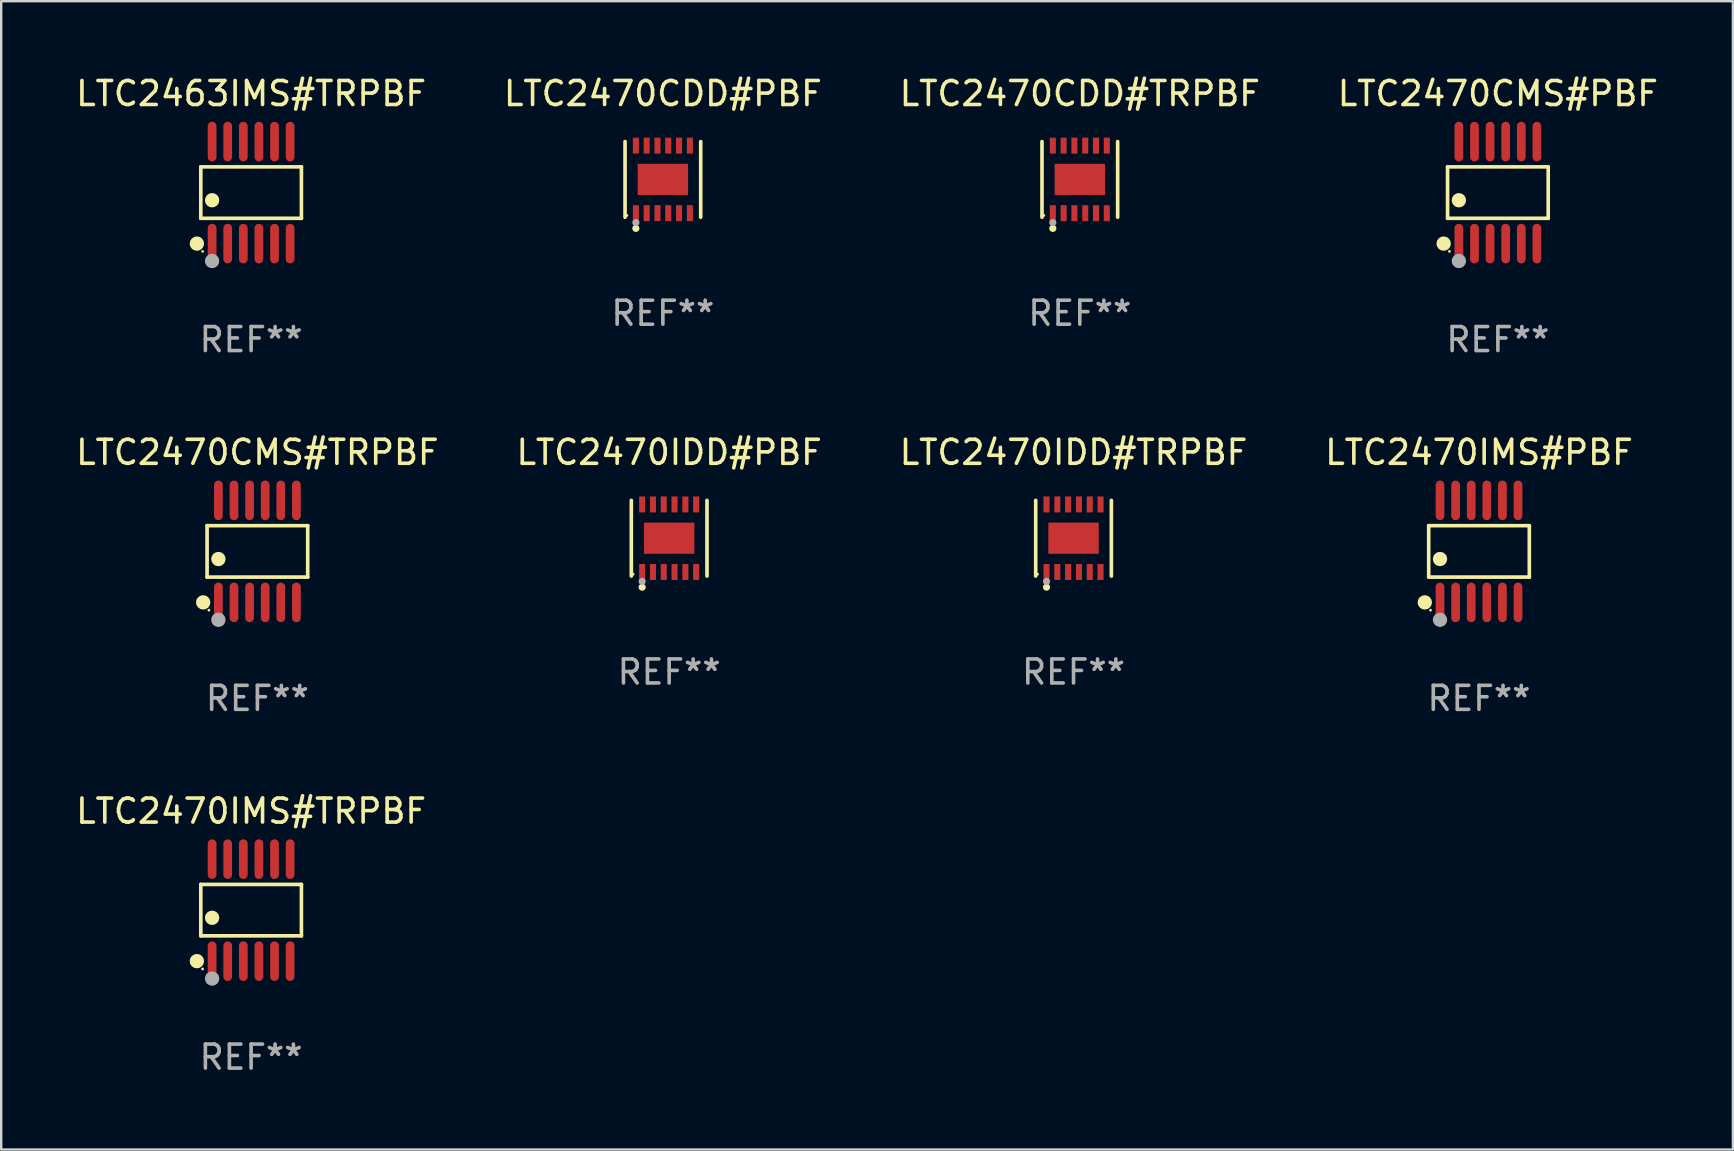
<source format=kicad_pcb>
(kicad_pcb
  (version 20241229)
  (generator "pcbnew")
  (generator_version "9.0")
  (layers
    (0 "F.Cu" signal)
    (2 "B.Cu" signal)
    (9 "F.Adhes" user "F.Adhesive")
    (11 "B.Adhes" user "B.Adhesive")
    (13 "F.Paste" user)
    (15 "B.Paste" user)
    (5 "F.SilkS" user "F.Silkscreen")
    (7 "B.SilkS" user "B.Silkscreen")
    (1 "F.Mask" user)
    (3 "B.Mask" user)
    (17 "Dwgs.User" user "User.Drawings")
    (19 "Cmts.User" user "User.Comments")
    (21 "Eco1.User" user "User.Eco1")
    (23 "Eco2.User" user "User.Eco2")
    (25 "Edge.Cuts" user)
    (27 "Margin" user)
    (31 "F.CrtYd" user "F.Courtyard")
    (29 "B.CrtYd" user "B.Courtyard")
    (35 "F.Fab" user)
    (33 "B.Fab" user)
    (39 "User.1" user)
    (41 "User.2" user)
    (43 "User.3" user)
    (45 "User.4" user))
  (footprint "LTC2470IMS#PBF"
    (layer "F.Cu")
    (at 58.565 19.92)
    (property "Reference" "LTC2470IMS#PBF" (at 0 -4.125 0) (layer "F.SilkS") (effects (font (size 1 1) (thickness 0.15))))
    (attr through_hole)
    (fp_line (start -2.096 -1.071) (end 2.096 -1.071) (stroke (width 0.152) (type solid)) (layer "F.SilkS"))
    (fp_line (start -2.096 1.071) (end -2.096 -1.071) (stroke (width 0.152) (type solid)) (layer "F.SilkS"))
    (fp_line (start 2.096 -1.071) (end 2.096 1.071) (stroke (width 0.152) (type solid)) (layer "F.SilkS"))
    (fp_line (start 2.096 1.071) (end -2.096 1.071) (stroke (width 0.152) (type solid)) (layer "F.SilkS"))
    (fp_circle (center -2.259 2.125) (end -2.109 2.125) (stroke (width 0.3) (type solid)) (fill no) (layer "F.SilkS"))
    (fp_circle (center -2.02 2.45) (end -1.99 2.45) (stroke (width 0.06) (type solid)) (fill no) (layer "F.SilkS"))
    (fp_circle (center -1.625 0.319) (end -1.475 0.319) (stroke (width 0.3) (type solid)) (fill no) (layer "F.SilkS"))
    (fp_circle (center -1.625 2.85) (end -1.475 2.85) (stroke (width 0.3) (type solid)) (fill no) (layer "F.Fab"))
    (fp_text user "REF**" (at 0 6.125 0) (layer "F.Fab") (effects (font (size 1 1) (thickness 0.15))))
    (pad "1" smd oval (at -1.625 2.125) (size 0.364 1.65) (layers "F.Cu" "F.Mask" "F.Paste"))
    (pad "2" smd oval (at -0.975 2.125) (size 0.364 1.65) (layers "F.Cu" "F.Mask" "F.Paste"))
    (pad "3" smd oval (at -0.325 2.125) (size 0.364 1.65) (layers "F.Cu" "F.Mask" "F.Paste"))
    (pad "4" smd oval (at 0.325 2.125) (size 0.364 1.65) (layers "F.Cu" "F.Mask" "F.Paste"))
    (pad "5" smd oval (at 0.975 2.125) (size 0.364 1.65) (layers "F.Cu" "F.Mask" "F.Paste"))
    (pad "6" smd oval (at 1.625 2.125) (size 0.364 1.65) (layers "F.Cu" "F.Mask" "F.Paste"))
    (pad "7" smd oval (at 1.625 -2.125) (size 0.364 1.65) (layers "F.Cu" "F.Mask" "F.Paste"))
    (pad "8" smd oval (at 0.975 -2.125) (size 0.364 1.65) (layers "F.Cu" "F.Mask" "F.Paste"))
    (pad "9" smd oval (at 0.325 -2.125) (size 0.364 1.65) (layers "F.Cu" "F.Mask" "F.Paste"))
    (pad "10" smd oval (at -0.325 -2.125) (size 0.364 1.65) (layers "F.Cu" "F.Mask" "F.Paste"))
    (pad "11" smd oval (at -0.975 -2.125) (size 0.364 1.65) (layers "F.Cu" "F.Mask" "F.Paste"))
    (pad "12" smd oval (at -1.625 -2.125) (size 0.364 1.65) (layers "F.Cu" "F.Mask" "F.Paste")))
  (footprint "LTC2470CDD#PBF"
    (layer "F.Cu")
    (at 24.565 4.424)
    (property "Reference" "LTC2470CDD#PBF" (at 0 -3.576 0) (layer "F.SilkS") (effects (font (size 1 1) (thickness 0.15))))
    (attr through_hole)
    (fp_line (start -1.576 1.576) (end -1.576 -1.576) (stroke (width 0.152) (type solid)) (layer "F.SilkS"))
    (fp_line (start 1.576 1.576) (end 1.576 -1.576) (stroke (width 0.152) (type solid)) (layer "F.SilkS"))
    (fp_circle (center -1.5 1.5) (end -1.47 1.5) (stroke (width 0.06) (type solid)) (fill no) (layer "F.SilkS"))
    (fp_circle (center -1.125 2.04) (end -1.05 2.04) (stroke (width 0.15) (type solid)) (fill no) (layer "F.SilkS"))
    (fp_circle (center -1.125 1.8) (end -1.05 1.8) (stroke (width 0.15) (type solid)) (fill no) (layer "F.Fab"))
    (fp_text user "REF**" (at 0 5.576 0) (layer "F.Fab") (effects (font (size 1 1) (thickness 0.15))))
    (pad "1" smd rect (at -1.125 1.407) (size 0.252 0.665) (layers "F.Cu" "F.Mask" "F.Paste"))
    (pad "2" smd rect (at -0.675 1.407) (size 0.252 0.665) (layers "F.Cu" "F.Mask" "F.Paste"))
    (pad "3" smd rect (at -0.225 1.407) (size 0.252 0.665) (layers "F.Cu" "F.Mask" "F.Paste"))
    (pad "4" smd rect (at 0.225 1.407) (size 0.252 0.665) (layers "F.Cu" "F.Mask" "F.Paste"))
    (pad "5" smd rect (at 0.675 1.407) (size 0.252 0.665) (layers "F.Cu" "F.Mask" "F.Paste"))
    (pad "6" smd rect (at 1.125 1.407) (size 0.252 0.665) (layers "F.Cu" "F.Mask" "F.Paste"))
    (pad "7" smd rect (at 1.125 -1.407) (size 0.252 0.665) (layers "F.Cu" "F.Mask" "F.Paste"))
    (pad "8" smd rect (at 0.675 -1.407) (size 0.252 0.665) (layers "F.Cu" "F.Mask" "F.Paste"))
    (pad "9" smd rect (at 0.225 -1.407) (size 0.252 0.665) (layers "F.Cu" "F.Mask" "F.Paste"))
    (pad "10" smd rect (at -0.225 -1.407) (size 0.252 0.665) (layers "F.Cu" "F.Mask" "F.Paste"))
    (pad "11" smd rect (at -0.675 -1.407) (size 0.252 0.665) (layers "F.Cu" "F.Mask" "F.Paste"))
    (pad "12" smd rect (at -1.125 -1.407) (size 0.252 0.665) (layers "F.Cu" "F.Mask" "F.Paste"))
    (pad "13" smd rect (at 0 0) (size 2.1 1.3) (layers "F.Cu" "F.Mask" "F.Paste")))
  (footprint "LTC2470IDD#TRPBF"
    (layer "F.Cu")
    (at 41.673 19.371)
    (property "Reference" "LTC2470IDD#TRPBF" (at 0 -3.576 0) (layer "F.SilkS") (effects (font (size 1 1) (thickness 0.15))))
    (attr through_hole)
    (fp_line (start -1.576 1.576) (end -1.576 -1.576) (stroke (width 0.152) (type solid)) (layer "F.SilkS"))
    (fp_line (start 1.576 1.576) (end 1.576 -1.576) (stroke (width 0.152) (type solid)) (layer "F.SilkS"))
    (fp_circle (center -1.5 1.5) (end -1.47 1.5) (stroke (width 0.06) (type solid)) (fill no) (layer "F.SilkS"))
    (fp_circle (center -1.125 2.04) (end -1.05 2.04) (stroke (width 0.15) (type solid)) (fill no) (layer "F.SilkS"))
    (fp_circle (center -1.125 1.8) (end -1.05 1.8) (stroke (width 0.15) (type solid)) (fill no) (layer "F.Fab"))
    (fp_text user "REF**" (at 0 5.576 0) (layer "F.Fab") (effects (font (size 1 1) (thickness 0.15))))
    (pad "1" smd rect (at -1.125 1.407) (size 0.252 0.665) (layers "F.Cu" "F.Mask" "F.Paste"))
    (pad "2" smd rect (at -0.675 1.407) (size 0.252 0.665) (layers "F.Cu" "F.Mask" "F.Paste"))
    (pad "3" smd rect (at -0.225 1.407) (size 0.252 0.665) (layers "F.Cu" "F.Mask" "F.Paste"))
    (pad "4" smd rect (at 0.225 1.407) (size 0.252 0.665) (layers "F.Cu" "F.Mask" "F.Paste"))
    (pad "5" smd rect (at 0.675 1.407) (size 0.252 0.665) (layers "F.Cu" "F.Mask" "F.Paste"))
    (pad "6" smd rect (at 1.125 1.407) (size 0.252 0.665) (layers "F.Cu" "F.Mask" "F.Paste"))
    (pad "7" smd rect (at 1.125 -1.407) (size 0.252 0.665) (layers "F.Cu" "F.Mask" "F.Paste"))
    (pad "8" smd rect (at 0.675 -1.407) (size 0.252 0.665) (layers "F.Cu" "F.Mask" "F.Paste"))
    (pad "9" smd rect (at 0.225 -1.407) (size 0.252 0.665) (layers "F.Cu" "F.Mask" "F.Paste"))
    (pad "10" smd rect (at -0.225 -1.407) (size 0.252 0.665) (layers "F.Cu" "F.Mask" "F.Paste"))
    (pad "11" smd rect (at -0.675 -1.407) (size 0.252 0.665) (layers "F.Cu" "F.Mask" "F.Paste"))
    (pad "12" smd rect (at -1.125 -1.407) (size 0.252 0.665) (layers "F.Cu" "F.Mask" "F.Paste"))
    (pad "13" smd rect (at 0 0) (size 2.1 1.3) (layers "F.Cu" "F.Mask" "F.Paste")))
  (footprint "LTC2463IMS#TRPBF"
    (layer "F.Cu")
    (at 7.411 4.973)
    (property "Reference" "LTC2463IMS#TRPBF" (at 0 -4.125 0) (layer "F.SilkS") (effects (font (size 1 1) (thickness 0.15))))
    (attr through_hole)
    (fp_line (start -2.096 -1.071) (end 2.096 -1.071) (stroke (width 0.152) (type solid)) (layer "F.SilkS"))
    (fp_line (start -2.096 1.071) (end -2.096 -1.071) (stroke (width 0.152) (type solid)) (layer "F.SilkS"))
    (fp_line (start 2.096 -1.071) (end 2.096 1.071) (stroke (width 0.152) (type solid)) (layer "F.SilkS"))
    (fp_line (start 2.096 1.071) (end -2.096 1.071) (stroke (width 0.152) (type solid)) (layer "F.SilkS"))
    (fp_circle (center -2.259 2.125) (end -2.109 2.125) (stroke (width 0.3) (type solid)) (fill no) (layer "F.SilkS"))
    (fp_circle (center -2.02 2.45) (end -1.99 2.45) (stroke (width 0.06) (type solid)) (fill no) (layer "F.SilkS"))
    (fp_circle (center -1.625 0.319) (end -1.475 0.319) (stroke (width 0.3) (type solid)) (fill no) (layer "F.SilkS"))
    (fp_circle (center -1.625 2.85) (end -1.475 2.85) (stroke (width 0.3) (type solid)) (fill no) (layer "F.Fab"))
    (fp_text user "REF**" (at 0 6.125 0) (layer "F.Fab") (effects (font (size 1 1) (thickness 0.15))))
    (pad "1" smd oval (at -1.625 2.125) (size 0.364 1.65) (layers "F.Cu" "F.Mask" "F.Paste"))
    (pad "2" smd oval (at -0.975 2.125) (size 0.364 1.65) (layers "F.Cu" "F.Mask" "F.Paste"))
    (pad "3" smd oval (at -0.325 2.125) (size 0.364 1.65) (layers "F.Cu" "F.Mask" "F.Paste"))
    (pad "4" smd oval (at 0.325 2.125) (size 0.364 1.65) (layers "F.Cu" "F.Mask" "F.Paste"))
    (pad "5" smd oval (at 0.975 2.125) (size 0.364 1.65) (layers "F.Cu" "F.Mask" "F.Paste"))
    (pad "6" smd oval (at 1.625 2.125) (size 0.364 1.65) (layers "F.Cu" "F.Mask" "F.Paste"))
    (pad "7" smd oval (at 1.625 -2.125) (size 0.364 1.65) (layers "F.Cu" "F.Mask" "F.Paste"))
    (pad "8" smd oval (at 0.975 -2.125) (size 0.364 1.65) (layers "F.Cu" "F.Mask" "F.Paste"))
    (pad "9" smd oval (at 0.325 -2.125) (size 0.364 1.65) (layers "F.Cu" "F.Mask" "F.Paste"))
    (pad "10" smd oval (at -0.325 -2.125) (size 0.364 1.65) (layers "F.Cu" "F.Mask" "F.Paste"))
    (pad "11" smd oval (at -0.975 -2.125) (size 0.364 1.65) (layers "F.Cu" "F.Mask" "F.Paste"))
    (pad "12" smd oval (at -1.625 -2.125) (size 0.364 1.65) (layers "F.Cu" "F.Mask" "F.Paste")))
  (footprint "LTC2470IDD#PBF"
    (layer "F.Cu")
    (at 24.827 19.371)
    (property "Reference" "LTC2470IDD#PBF" (at 0 -3.576 0) (layer "F.SilkS") (effects (font (size 1 1) (thickness 0.15))))
    (attr through_hole)
    (fp_line (start -1.576 1.576) (end -1.576 -1.576) (stroke (width 0.152) (type solid)) (layer "F.SilkS"))
    (fp_line (start 1.576 1.576) (end 1.576 -1.576) (stroke (width 0.152) (type solid)) (layer "F.SilkS"))
    (fp_circle (center -1.5 1.5) (end -1.47 1.5) (stroke (width 0.06) (type solid)) (fill no) (layer "F.SilkS"))
    (fp_circle (center -1.125 2.04) (end -1.05 2.04) (stroke (width 0.15) (type solid)) (fill no) (layer "F.SilkS"))
    (fp_circle (center -1.125 1.8) (end -1.05 1.8) (stroke (width 0.15) (type solid)) (fill no) (layer "F.Fab"))
    (fp_text user "REF**" (at 0 5.576 0) (layer "F.Fab") (effects (font (size 1 1) (thickness 0.15))))
    (pad "1" smd rect (at -1.125 1.407) (size 0.252 0.665) (layers "F.Cu" "F.Mask" "F.Paste"))
    (pad "2" smd rect (at -0.675 1.407) (size 0.252 0.665) (layers "F.Cu" "F.Mask" "F.Paste"))
    (pad "3" smd rect (at -0.225 1.407) (size 0.252 0.665) (layers "F.Cu" "F.Mask" "F.Paste"))
    (pad "4" smd rect (at 0.225 1.407) (size 0.252 0.665) (layers "F.Cu" "F.Mask" "F.Paste"))
    (pad "5" smd rect (at 0.675 1.407) (size 0.252 0.665) (layers "F.Cu" "F.Mask" "F.Paste"))
    (pad "6" smd rect (at 1.125 1.407) (size 0.252 0.665) (layers "F.Cu" "F.Mask" "F.Paste"))
    (pad "7" smd rect (at 1.125 -1.407) (size 0.252 0.665) (layers "F.Cu" "F.Mask" "F.Paste"))
    (pad "8" smd rect (at 0.675 -1.407) (size 0.252 0.665) (layers "F.Cu" "F.Mask" "F.Paste"))
    (pad "9" smd rect (at 0.225 -1.407) (size 0.252 0.665) (layers "F.Cu" "F.Mask" "F.Paste"))
    (pad "10" smd rect (at -0.225 -1.407) (size 0.252 0.665) (layers "F.Cu" "F.Mask" "F.Paste"))
    (pad "11" smd rect (at -0.675 -1.407) (size 0.252 0.665) (layers "F.Cu" "F.Mask" "F.Paste"))
    (pad "12" smd rect (at -1.125 -1.407) (size 0.252 0.665) (layers "F.Cu" "F.Mask" "F.Paste"))
    (pad "13" smd rect (at 0 0) (size 2.1 1.3) (layers "F.Cu" "F.Mask" "F.Paste")))
  (footprint "LTC2470CMS#TRPBF"
    (layer "F.Cu")
    (at 7.673 19.92)
    (property "Reference" "LTC2470CMS#TRPBF" (at 0 -4.125 0) (layer "F.SilkS") (effects (font (size 1 1) (thickness 0.15))))
    (attr through_hole)
    (fp_line (start -2.096 -1.071) (end 2.096 -1.071) (stroke (width 0.152) (type solid)) (layer "F.SilkS"))
    (fp_line (start -2.096 1.071) (end -2.096 -1.071) (stroke (width 0.152) (type solid)) (layer "F.SilkS"))
    (fp_line (start 2.096 -1.071) (end 2.096 1.071) (stroke (width 0.152) (type solid)) (layer "F.SilkS"))
    (fp_line (start 2.096 1.071) (end -2.096 1.071) (stroke (width 0.152) (type solid)) (layer "F.SilkS"))
    (fp_circle (center -2.259 2.125) (end -2.109 2.125) (stroke (width 0.3) (type solid)) (fill no) (layer "F.SilkS"))
    (fp_circle (center -2.02 2.45) (end -1.99 2.45) (stroke (width 0.06) (type solid)) (fill no) (layer "F.SilkS"))
    (fp_circle (center -1.625 0.319) (end -1.475 0.319) (stroke (width 0.3) (type solid)) (fill no) (layer "F.SilkS"))
    (fp_circle (center -1.625 2.85) (end -1.475 2.85) (stroke (width 0.3) (type solid)) (fill no) (layer "F.Fab"))
    (fp_text user "REF**" (at 0 6.125 0) (layer "F.Fab") (effects (font (size 1 1) (thickness 0.15))))
    (pad "1" smd oval (at -1.625 2.125) (size 0.364 1.65) (layers "F.Cu" "F.Mask" "F.Paste"))
    (pad "2" smd oval (at -0.975 2.125) (size 0.364 1.65) (layers "F.Cu" "F.Mask" "F.Paste"))
    (pad "3" smd oval (at -0.325 2.125) (size 0.364 1.65) (layers "F.Cu" "F.Mask" "F.Paste"))
    (pad "4" smd oval (at 0.325 2.125) (size 0.364 1.65) (layers "F.Cu" "F.Mask" "F.Paste"))
    (pad "5" smd oval (at 0.975 2.125) (size 0.364 1.65) (layers "F.Cu" "F.Mask" "F.Paste"))
    (pad "6" smd oval (at 1.625 2.125) (size 0.364 1.65) (layers "F.Cu" "F.Mask" "F.Paste"))
    (pad "7" smd oval (at 1.625 -2.125) (size 0.364 1.65) (layers "F.Cu" "F.Mask" "F.Paste"))
    (pad "8" smd oval (at 0.975 -2.125) (size 0.364 1.65) (layers "F.Cu" "F.Mask" "F.Paste"))
    (pad "9" smd oval (at 0.325 -2.125) (size 0.364 1.65) (layers "F.Cu" "F.Mask" "F.Paste"))
    (pad "10" smd oval (at -0.325 -2.125) (size 0.364 1.65) (layers "F.Cu" "F.Mask" "F.Paste"))
    (pad "11" smd oval (at -0.975 -2.125) (size 0.364 1.65) (layers "F.Cu" "F.Mask" "F.Paste"))
    (pad "12" smd oval (at -1.625 -2.125) (size 0.364 1.65) (layers "F.Cu" "F.Mask" "F.Paste")))
  (footprint "LTC2470IMS#TRPBF"
    (layer "F.Cu")
    (at 7.411 34.866)
    (property "Reference" "LTC2470IMS#TRPBF" (at 0 -4.125 0) (layer "F.SilkS") (effects (font (size 1 1) (thickness 0.15))))
    (attr through_hole)
    (fp_line (start -2.096 -1.071) (end 2.096 -1.071) (stroke (width 0.152) (type solid)) (layer "F.SilkS"))
    (fp_line (start -2.096 1.071) (end -2.096 -1.071) (stroke (width 0.152) (type solid)) (layer "F.SilkS"))
    (fp_line (start 2.096 -1.071) (end 2.096 1.071) (stroke (width 0.152) (type solid)) (layer "F.SilkS"))
    (fp_line (start 2.096 1.071) (end -2.096 1.071) (stroke (width 0.152) (type solid)) (layer "F.SilkS"))
    (fp_circle (center -2.259 2.125) (end -2.109 2.125) (stroke (width 0.3) (type solid)) (fill no) (layer "F.SilkS"))
    (fp_circle (center -2.02 2.45) (end -1.99 2.45) (stroke (width 0.06) (type solid)) (fill no) (layer "F.SilkS"))
    (fp_circle (center -1.625 0.319) (end -1.475 0.319) (stroke (width 0.3) (type solid)) (fill no) (layer "F.SilkS"))
    (fp_circle (center -1.625 2.85) (end -1.475 2.85) (stroke (width 0.3) (type solid)) (fill no) (layer "F.Fab"))
    (fp_text user "REF**" (at 0 6.125 0) (layer "F.Fab") (effects (font (size 1 1) (thickness 0.15))))
    (pad "1" smd oval (at -1.625 2.125) (size 0.364 1.65) (layers "F.Cu" "F.Mask" "F.Paste"))
    (pad "2" smd oval (at -0.975 2.125) (size 0.364 1.65) (layers "F.Cu" "F.Mask" "F.Paste"))
    (pad "3" smd oval (at -0.325 2.125) (size 0.364 1.65) (layers "F.Cu" "F.Mask" "F.Paste"))
    (pad "4" smd oval (at 0.325 2.125) (size 0.364 1.65) (layers "F.Cu" "F.Mask" "F.Paste"))
    (pad "5" smd oval (at 0.975 2.125) (size 0.364 1.65) (layers "F.Cu" "F.Mask" "F.Paste"))
    (pad "6" smd oval (at 1.625 2.125) (size 0.364 1.65) (layers "F.Cu" "F.Mask" "F.Paste"))
    (pad "7" smd oval (at 1.625 -2.125) (size 0.364 1.65) (layers "F.Cu" "F.Mask" "F.Paste"))
    (pad "8" smd oval (at 0.975 -2.125) (size 0.364 1.65) (layers "F.Cu" "F.Mask" "F.Paste"))
    (pad "9" smd oval (at 0.325 -2.125) (size 0.364 1.65) (layers "F.Cu" "F.Mask" "F.Paste"))
    (pad "10" smd oval (at -0.325 -2.125) (size 0.364 1.65) (layers "F.Cu" "F.Mask" "F.Paste"))
    (pad "11" smd oval (at -0.975 -2.125) (size 0.364 1.65) (layers "F.Cu" "F.Mask" "F.Paste"))
    (pad "12" smd oval (at -1.625 -2.125) (size 0.364 1.65) (layers "F.Cu" "F.Mask" "F.Paste")))
  (footprint "LTC2470CDD#TRPBF"
    (layer "F.Cu")
    (at 41.935 4.424)
    (property "Reference" "LTC2470CDD#TRPBF" (at 0 -3.576 0) (layer "F.SilkS") (effects (font (size 1 1) (thickness 0.15))))
    (attr through_hole)
    (fp_line (start -1.576 1.576) (end -1.576 -1.576) (stroke (width 0.152) (type solid)) (layer "F.SilkS"))
    (fp_line (start 1.576 1.576) (end 1.576 -1.576) (stroke (width 0.152) (type solid)) (layer "F.SilkS"))
    (fp_circle (center -1.5 1.5) (end -1.47 1.5) (stroke (width 0.06) (type solid)) (fill no) (layer "F.SilkS"))
    (fp_circle (center -1.125 2.04) (end -1.05 2.04) (stroke (width 0.15) (type solid)) (fill no) (layer "F.SilkS"))
    (fp_circle (center -1.125 1.8) (end -1.05 1.8) (stroke (width 0.15) (type solid)) (fill no) (layer "F.Fab"))
    (fp_text user "REF**" (at 0 5.576 0) (layer "F.Fab") (effects (font (size 1 1) (thickness 0.15))))
    (pad "1" smd rect (at -1.125 1.407) (size 0.252 0.665) (layers "F.Cu" "F.Mask" "F.Paste"))
    (pad "2" smd rect (at -0.675 1.407) (size 0.252 0.665) (layers "F.Cu" "F.Mask" "F.Paste"))
    (pad "3" smd rect (at -0.225 1.407) (size 0.252 0.665) (layers "F.Cu" "F.Mask" "F.Paste"))
    (pad "4" smd rect (at 0.225 1.407) (size 0.252 0.665) (layers "F.Cu" "F.Mask" "F.Paste"))
    (pad "5" smd rect (at 0.675 1.407) (size 0.252 0.665) (layers "F.Cu" "F.Mask" "F.Paste"))
    (pad "6" smd rect (at 1.125 1.407) (size 0.252 0.665) (layers "F.Cu" "F.Mask" "F.Paste"))
    (pad "7" smd rect (at 1.125 -1.407) (size 0.252 0.665) (layers "F.Cu" "F.Mask" "F.Paste"))
    (pad "8" smd rect (at 0.675 -1.407) (size 0.252 0.665) (layers "F.Cu" "F.Mask" "F.Paste"))
    (pad "9" smd rect (at 0.225 -1.407) (size 0.252 0.665) (layers "F.Cu" "F.Mask" "F.Paste"))
    (pad "10" smd rect (at -0.225 -1.407) (size 0.252 0.665) (layers "F.Cu" "F.Mask" "F.Paste"))
    (pad "11" smd rect (at -0.675 -1.407) (size 0.252 0.665) (layers "F.Cu" "F.Mask" "F.Paste"))
    (pad "12" smd rect (at -1.125 -1.407) (size 0.252 0.665) (layers "F.Cu" "F.Mask" "F.Paste"))
    (pad "13" smd rect (at 0 0) (size 2.1 1.3) (layers "F.Cu" "F.Mask" "F.Paste")))
  (footprint "LTC2470CMS#PBF"
    (layer "F.Cu")
    (at 59.351 4.973)
    (property "Reference" "LTC2470CMS#PBF" (at 0 -4.125 0) (layer "F.SilkS") (effects (font (size 1 1) (thickness 0.15))))
    (attr through_hole)
    (fp_line (start -2.096 -1.071) (end 2.096 -1.071) (stroke (width 0.152) (type solid)) (layer "F.SilkS"))
    (fp_line (start -2.096 1.071) (end -2.096 -1.071) (stroke (width 0.152) (type solid)) (layer "F.SilkS"))
    (fp_line (start 2.096 -1.071) (end 2.096 1.071) (stroke (width 0.152) (type solid)) (layer "F.SilkS"))
    (fp_line (start 2.096 1.071) (end -2.096 1.071) (stroke (width 0.152) (type solid)) (layer "F.SilkS"))
    (fp_circle (center -2.259 2.125) (end -2.109 2.125) (stroke (width 0.3) (type solid)) (fill no) (layer "F.SilkS"))
    (fp_circle (center -2.02 2.45) (end -1.99 2.45) (stroke (width 0.06) (type solid)) (fill no) (layer "F.SilkS"))
    (fp_circle (center -1.625 0.319) (end -1.475 0.319) (stroke (width 0.3) (type solid)) (fill no) (layer "F.SilkS"))
    (fp_circle (center -1.625 2.85) (end -1.475 2.85) (stroke (width 0.3) (type solid)) (fill no) (layer "F.Fab"))
    (fp_text user "REF**" (at 0 6.125 0) (layer "F.Fab") (effects (font (size 1 1) (thickness 0.15))))
    (pad "1" smd oval (at -1.625 2.125) (size 0.364 1.65) (layers "F.Cu" "F.Mask" "F.Paste"))
    (pad "2" smd oval (at -0.975 2.125) (size 0.364 1.65) (layers "F.Cu" "F.Mask" "F.Paste"))
    (pad "3" smd oval (at -0.325 2.125) (size 0.364 1.65) (layers "F.Cu" "F.Mask" "F.Paste"))
    (pad "4" smd oval (at 0.325 2.125) (size 0.364 1.65) (layers "F.Cu" "F.Mask" "F.Paste"))
    (pad "5" smd oval (at 0.975 2.125) (size 0.364 1.65) (layers "F.Cu" "F.Mask" "F.Paste"))
    (pad "6" smd oval (at 1.625 2.125) (size 0.364 1.65) (layers "F.Cu" "F.Mask" "F.Paste"))
    (pad "7" smd oval (at 1.625 -2.125) (size 0.364 1.65) (layers "F.Cu" "F.Mask" "F.Paste"))
    (pad "8" smd oval (at 0.975 -2.125) (size 0.364 1.65) (layers "F.Cu" "F.Mask" "F.Paste"))
    (pad "9" smd oval (at 0.325 -2.125) (size 0.364 1.65) (layers "F.Cu" "F.Mask" "F.Paste"))
    (pad "10" smd oval (at -0.325 -2.125) (size 0.364 1.65) (layers "F.Cu" "F.Mask" "F.Paste"))
    (pad "11" smd oval (at -0.975 -2.125) (size 0.364 1.65) (layers "F.Cu" "F.Mask" "F.Paste"))
    (pad "12" smd oval (at -1.625 -2.125) (size 0.364 1.65) (layers "F.Cu" "F.Mask" "F.Paste")))
  (gr_rect
    (start -3 -3)
    (end 69.143 44.839)
    (stroke (width 0.1) (type default))
    (fill no)
    (layer "Edge.Cuts")))
</source>
